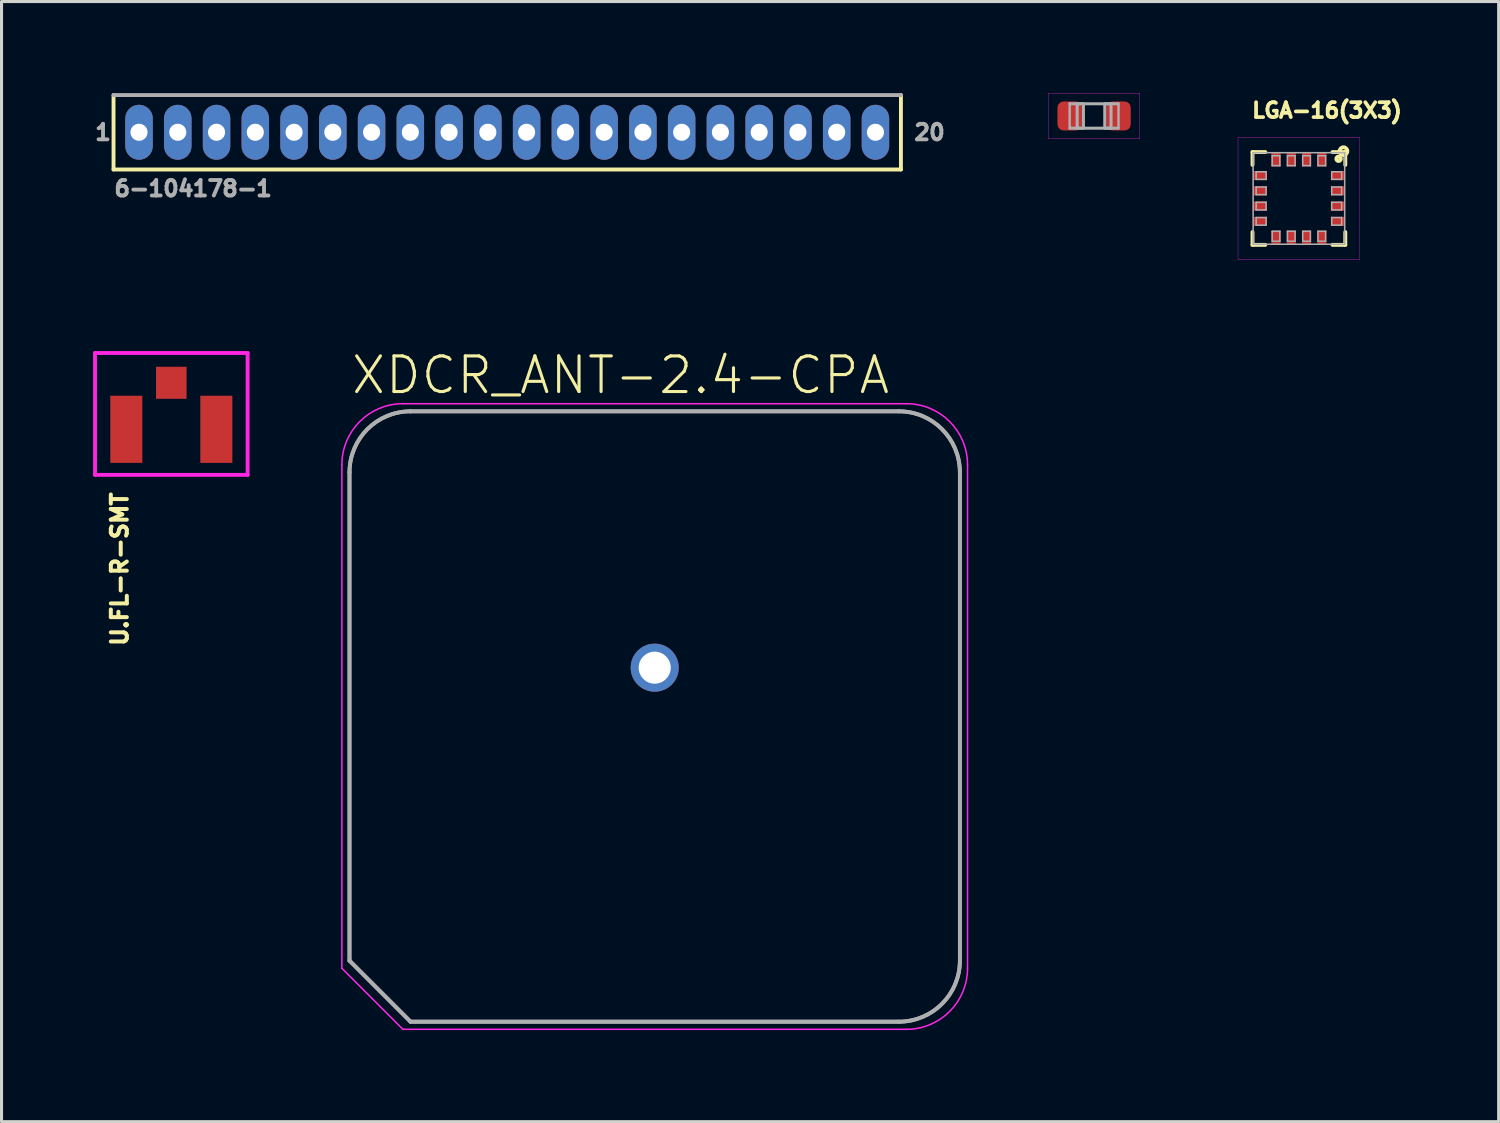
<source format=kicad_pcb>
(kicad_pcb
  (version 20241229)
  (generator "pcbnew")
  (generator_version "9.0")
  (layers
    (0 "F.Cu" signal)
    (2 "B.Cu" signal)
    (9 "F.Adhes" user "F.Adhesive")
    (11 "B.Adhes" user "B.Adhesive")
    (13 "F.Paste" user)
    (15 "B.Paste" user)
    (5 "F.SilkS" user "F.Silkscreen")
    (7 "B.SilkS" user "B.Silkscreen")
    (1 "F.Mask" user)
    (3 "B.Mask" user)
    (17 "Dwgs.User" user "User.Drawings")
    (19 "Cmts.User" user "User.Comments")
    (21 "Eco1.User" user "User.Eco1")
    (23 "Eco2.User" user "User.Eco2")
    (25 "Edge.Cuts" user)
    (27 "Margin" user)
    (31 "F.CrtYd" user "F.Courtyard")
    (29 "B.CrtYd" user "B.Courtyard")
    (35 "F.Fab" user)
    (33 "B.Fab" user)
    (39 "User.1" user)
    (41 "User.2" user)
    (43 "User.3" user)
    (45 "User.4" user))
  (footprint "LGA-16(3X3)"
    (layer "F.Cu")
    (at 39.51 3.453)
    (property "Reference" "LGA-16(3X3)" (at -1.6 -2.6 0) (layer "F.SilkS") (effects (font (size 0.488 0.488) (thickness 0.122)) (justify left bottom)))
    (fp_line (start -1.52 -1.52) (end -1.1 -1.52) (stroke (width 0.127) (type solid)) (layer "F.SilkS"))
    (fp_line (start -1.52 -1.1) (end -1.52 -1.52) (stroke (width 0.127) (type solid)) (layer "F.SilkS"))
    (fp_line (start -1.52 1.52) (end -1.52 1.1) (stroke (width 0.127) (type solid)) (layer "F.SilkS"))
    (fp_line (start -1.52 1.52) (end -1.1 1.52) (stroke (width 0.127) (type solid)) (layer "F.SilkS"))
    (fp_line (start 1.52 -1.52) (end 1.1 -1.52) (stroke (width 0.127) (type solid)) (layer "F.SilkS"))
    (fp_line (start 1.52 -1.52) (end 1.52 -1.1) (stroke (width 0.127) (type solid)) (layer "F.SilkS"))
    (fp_line (start 1.52 1.52) (end 1.1 1.52) (stroke (width 0.127) (type solid)) (layer "F.SilkS"))
    (fp_line (start 1.52 1.52) (end 1.52 1.1) (stroke (width 0.127) (type solid)) (layer "F.SilkS"))
    (fp_circle (center 1.3 -1.3) (end 1.31 -1.3) (stroke (width 0.127) (type solid)) (fill no) (layer "F.SilkS"))
    (fp_circle (center 1.46 -1.55) (end 1.523 -1.55) (stroke (width 0.127) (type solid)) (fill no) (layer "F.SilkS"))
    (fp_line (start -1.995 -1.995) (end -1.995 1.995) (stroke (width 0.01) (type solid)) (layer "F.CrtYd"))
    (fp_line (start -1.995 1.995) (end 1.995 1.995) (stroke (width 0.01) (type solid)) (layer "F.CrtYd"))
    (fp_line (start 1.995 -1.995) (end -1.995 -1.995) (stroke (width 0.01) (type solid)) (layer "F.CrtYd"))
    (fp_line (start 1.995 1.995) (end 1.995 -1.995) (stroke (width 0.01) (type solid)) (layer "F.CrtYd"))
    (fp_line (start -1.5 -1.5) (end -1.5 1.5) (stroke (width 0.05) (type solid)) (layer "F.Fab"))
    (fp_line (start -1.5 1.5) (end 1.5 1.5) (stroke (width 0.05) (type solid)) (layer "F.Fab"))
    (fp_line (start -1.4 -0.875) (end -1.4 -0.625) (stroke (width 0.05) (type solid)) (layer "F.Fab"))
    (fp_line (start -1.4 -0.625) (end -1.075 -0.625) (stroke (width 0.05) (type solid)) (layer "F.Fab"))
    (fp_line (start -1.4 -0.375) (end -1.4 -0.125) (stroke (width 0.05) (type solid)) (layer "F.Fab"))
    (fp_line (start -1.4 -0.125) (end -1.075 -0.125) (stroke (width 0.05) (type solid)) (layer "F.Fab"))
    (fp_line (start -1.4 0.125) (end -1.075 0.125) (stroke (width 0.05) (type solid)) (layer "F.Fab"))
    (fp_line (start -1.4 0.375) (end -1.4 0.125) (stroke (width 0.05) (type solid)) (layer "F.Fab"))
    (fp_line (start -1.4 0.625) (end -1.075 0.625) (stroke (width 0.05) (type solid)) (layer "F.Fab"))
    (fp_line (start -1.4 0.875) (end -1.4 0.625) (stroke (width 0.05) (type solid)) (layer "F.Fab"))
    (fp_line (start -1.075 -0.875) (end -1.4 -0.875) (stroke (width 0.05) (type solid)) (layer "F.Fab"))
    (fp_line (start -1.075 -0.625) (end -1.075 -0.875) (stroke (width 0.05) (type solid)) (layer "F.Fab"))
    (fp_line (start -1.075 -0.375) (end -1.4 -0.375) (stroke (width 0.05) (type solid)) (layer "F.Fab"))
    (fp_line (start -1.075 -0.125) (end -1.075 -0.375) (stroke (width 0.05) (type solid)) (layer "F.Fab"))
    (fp_line (start -1.075 0.125) (end -1.075 0.375) (stroke (width 0.05) (type solid)) (layer "F.Fab"))
    (fp_line (start -1.075 0.375) (end -1.4 0.375) (stroke (width 0.05) (type solid)) (layer "F.Fab"))
    (fp_line (start -1.075 0.625) (end -1.075 0.875) (stroke (width 0.05) (type solid)) (layer "F.Fab"))
    (fp_line (start -1.075 0.875) (end -1.4 0.875) (stroke (width 0.05) (type solid)) (layer "F.Fab"))
    (fp_line (start -0.875 -1.4) (end -0.625 -1.4) (stroke (width 0.05) (type solid)) (layer "F.Fab"))
    (fp_line (start -0.875 -1.075) (end -0.875 -1.4) (stroke (width 0.05) (type solid)) (layer "F.Fab"))
    (fp_line (start -0.875 1.075) (end -0.625 1.075) (stroke (width 0.05) (type solid)) (layer "F.Fab"))
    (fp_line (start -0.875 1.4) (end -0.875 1.075) (stroke (width 0.05) (type solid)) (layer "F.Fab"))
    (fp_line (start -0.625 -1.4) (end -0.625 -1.075) (stroke (width 0.05) (type solid)) (layer "F.Fab"))
    (fp_line (start -0.625 -1.075) (end -0.875 -1.075) (stroke (width 0.05) (type solid)) (layer "F.Fab"))
    (fp_line (start -0.625 1.075) (end -0.625 1.4) (stroke (width 0.05) (type solid)) (layer "F.Fab"))
    (fp_line (start -0.625 1.4) (end -0.875 1.4) (stroke (width 0.05) (type solid)) (layer "F.Fab"))
    (fp_line (start -0.375 -1.4) (end -0.125 -1.4) (stroke (width 0.05) (type solid)) (layer "F.Fab"))
    (fp_line (start -0.375 -1.075) (end -0.375 -1.4) (stroke (width 0.05) (type solid)) (layer "F.Fab"))
    (fp_line (start -0.375 1.075) (end -0.125 1.075) (stroke (width 0.05) (type solid)) (layer "F.Fab"))
    (fp_line (start -0.375 1.4) (end -0.375 1.075) (stroke (width 0.05) (type solid)) (layer "F.Fab"))
    (fp_line (start -0.125 -1.4) (end -0.125 -1.075) (stroke (width 0.05) (type solid)) (layer "F.Fab"))
    (fp_line (start -0.125 -1.075) (end -0.375 -1.075) (stroke (width 0.05) (type solid)) (layer "F.Fab"))
    (fp_line (start -0.125 1.075) (end -0.125 1.4) (stroke (width 0.05) (type solid)) (layer "F.Fab"))
    (fp_line (start -0.125 1.4) (end -0.375 1.4) (stroke (width 0.05) (type solid)) (layer "F.Fab"))
    (fp_line (start 0.125 -1.4) (end 0.375 -1.4) (stroke (width 0.05) (type solid)) (layer "F.Fab"))
    (fp_line (start 0.125 -1.075) (end 0.125 -1.4) (stroke (width 0.05) (type solid)) (layer "F.Fab"))
    (fp_line (start 0.125 1.075) (end 0.125 1.4) (stroke (width 0.05) (type solid)) (layer "F.Fab"))
    (fp_line (start 0.125 1.4) (end 0.375 1.4) (stroke (width 0.05) (type solid)) (layer "F.Fab"))
    (fp_line (start 0.375 -1.4) (end 0.375 -1.075) (stroke (width 0.05) (type solid)) (layer "F.Fab"))
    (fp_line (start 0.375 -1.075) (end 0.125 -1.075) (stroke (width 0.05) (type solid)) (layer "F.Fab"))
    (fp_line (start 0.375 1.075) (end 0.125 1.075) (stroke (width 0.05) (type solid)) (layer "F.Fab"))
    (fp_line (start 0.375 1.4) (end 0.375 1.075) (stroke (width 0.05) (type solid)) (layer "F.Fab"))
    (fp_line (start 0.625 -1.4) (end 0.875 -1.4) (stroke (width 0.05) (type solid)) (layer "F.Fab"))
    (fp_line (start 0.625 -1.075) (end 0.625 -1.4) (stroke (width 0.05) (type solid)) (layer "F.Fab"))
    (fp_line (start 0.625 1.075) (end 0.875 1.075) (stroke (width 0.05) (type solid)) (layer "F.Fab"))
    (fp_line (start 0.625 1.4) (end 0.625 1.075) (stroke (width 0.05) (type solid)) (layer "F.Fab"))
    (fp_line (start 0.875 -1.4) (end 0.875 -1.075) (stroke (width 0.05) (type solid)) (layer "F.Fab"))
    (fp_line (start 0.875 -1.075) (end 0.625 -1.075) (stroke (width 0.05) (type solid)) (layer "F.Fab"))
    (fp_line (start 0.875 1.075) (end 0.875 1.4) (stroke (width 0.05) (type solid)) (layer "F.Fab"))
    (fp_line (start 0.875 1.4) (end 0.625 1.4) (stroke (width 0.05) (type solid)) (layer "F.Fab"))
    (fp_line (start 1.075 -0.875) (end 1.4 -0.875) (stroke (width 0.05) (type solid)) (layer "F.Fab"))
    (fp_line (start 1.075 -0.625) (end 1.075 -0.875) (stroke (width 0.05) (type solid)) (layer "F.Fab"))
    (fp_line (start 1.075 -0.375) (end 1.4 -0.375) (stroke (width 0.05) (type solid)) (layer "F.Fab"))
    (fp_line (start 1.075 -0.125) (end 1.075 -0.375) (stroke (width 0.05) (type solid)) (layer "F.Fab"))
    (fp_line (start 1.075 0.125) (end 1.075 0.375) (stroke (width 0.05) (type solid)) (layer "F.Fab"))
    (fp_line (start 1.075 0.375) (end 1.4 0.375) (stroke (width 0.05) (type solid)) (layer "F.Fab"))
    (fp_line (start 1.075 0.625) (end 1.075 0.875) (stroke (width 0.05) (type solid)) (layer "F.Fab"))
    (fp_line (start 1.075 0.875) (end 1.4 0.875) (stroke (width 0.05) (type solid)) (layer "F.Fab"))
    (fp_line (start 1.4 -0.875) (end 1.4 -0.625) (stroke (width 0.05) (type solid)) (layer "F.Fab"))
    (fp_line (start 1.4 -0.625) (end 1.075 -0.625) (stroke (width 0.05) (type solid)) (layer "F.Fab"))
    (fp_line (start 1.4 -0.375) (end 1.4 -0.125) (stroke (width 0.05) (type solid)) (layer "F.Fab"))
    (fp_line (start 1.4 -0.125) (end 1.075 -0.125) (stroke (width 0.05) (type solid)) (layer "F.Fab"))
    (fp_line (start 1.4 0.125) (end 1.075 0.125) (stroke (width 0.05) (type solid)) (layer "F.Fab"))
    (fp_line (start 1.4 0.375) (end 1.4 0.125) (stroke (width 0.05) (type solid)) (layer "F.Fab"))
    (fp_line (start 1.4 0.625) (end 1.075 0.625) (stroke (width 0.05) (type solid)) (layer "F.Fab"))
    (fp_line (start 1.4 0.875) (end 1.4 0.625) (stroke (width 0.05) (type solid)) (layer "F.Fab"))
    (fp_line (start 1.5 -1.5) (end -1.5 -1.5) (stroke (width 0.05) (type solid)) (layer "F.Fab"))
    (fp_line (start 1.5 1.5) (end 1.5 -1.5) (stroke (width 0.05) (type solid)) (layer "F.Fab"))
    (pad "1" smd rect (at 0.75 -1.275) (size 0.3 0.45) (layers "F.Cu" "F.Mask" "F.Paste"))
    (pad "2" smd rect (at 0.25 -1.275) (size 0.3 0.45) (layers "F.Cu" "F.Mask" "F.Paste"))
    (pad "3" smd rect (at -0.25 -1.275) (size 0.3 0.45) (layers "F.Cu" "F.Mask" "F.Paste"))
    (pad "4" smd rect (at -0.75 -1.275) (size 0.3 0.45) (layers "F.Cu" "F.Mask" "F.Paste"))
    (pad "5" smd rect (at -1.275 -0.75 90) (size 0.3 0.45) (layers "F.Cu" "F.Mask" "F.Paste"))
    (pad "6" smd rect (at -1.275 -0.25 90) (size 0.3 0.45) (layers "F.Cu" "F.Mask" "F.Paste"))
    (pad "7" smd rect (at -1.275 0.25 90) (size 0.3 0.45) (layers "F.Cu" "F.Mask" "F.Paste"))
    (pad "8" smd rect (at -1.275 0.75 90) (size 0.3 0.45) (layers "F.Cu" "F.Mask" "F.Paste"))
    (pad "9" smd rect (at -0.75 1.275 180) (size 0.3 0.45) (layers "F.Cu" "F.Mask" "F.Paste"))
    (pad "10" smd rect (at -0.25 1.275 180) (size 0.3 0.45) (layers "F.Cu" "F.Mask" "F.Paste"))
    (pad "11" smd rect (at 0.25 1.275 180) (size 0.3 0.45) (layers "F.Cu" "F.Mask" "F.Paste"))
    (pad "12" smd rect (at 0.75 1.275 180) (size 0.3 0.45) (layers "F.Cu" "F.Mask" "F.Paste"))
    (pad "13" smd rect (at 1.275 0.75 270) (size 0.3 0.45) (layers "F.Cu" "F.Mask" "F.Paste"))
    (pad "14" smd rect (at 1.275 0.25 270) (size 0.3 0.45) (layers "F.Cu" "F.Mask" "F.Paste"))
    (pad "15" smd rect (at 1.275 -0.25 270) (size 0.3 0.45) (layers "F.Cu" "F.Mask" "F.Paste"))
    (pad "16" smd rect (at 1.275 -0.75 270) (size 0.3 0.45) (layers "F.Cu" "F.Mask" "F.Paste")))
  (footprint "6-104178-1"
    (layer "F.Cu")
    (at 13.57 1.284)
    (property "Reference" "6-104178-1" (at -12.94 2.14 0) (layer "F.Fab") (effects (font (size 0.508 0.508) (thickness 0.127)) (justify left bottom)))
    (fp_line (start -12.9 -1.22) (end -12.9 1.22) (stroke (width 0.127) (type solid)) (layer "F.SilkS"))
    (fp_line (start 12.9 1.22) (end -12.9 1.22) (stroke (width 0.127) (type solid)) (layer "F.SilkS"))
    (fp_line (start 12.9 1.22) (end 12.9 -1.22) (stroke (width 0.127) (type solid)) (layer "F.SilkS"))
    (fp_line (start 12.9 -1.22) (end -12.9 -1.22) (stroke (width 0.127) (type solid)) (layer "F.Fab"))
    (fp_text user "1" (at -13.57 0.3 0) (layer "F.Fab") (effects (font (size 0.508 0.508) (thickness 0.127)) (justify left bottom)))
    (fp_text user "20" (at 13.27 0.3 0) (layer "F.Fab") (effects (font (size 0.508 0.508) (thickness 0.127)) (justify left bottom)))
    (pad "1" thru_hole oval (at -12.065 0 90) (size 1.8 0.9) (drill 0.56) (layers "*.Cu" "*.Mask"))
    (pad "2" thru_hole oval (at -10.795 0 90) (size 1.8 0.9) (drill 0.56) (layers "*.Cu" "*.Mask"))
    (pad "3" thru_hole oval (at -9.525 0 90) (size 1.8 0.9) (drill 0.56) (layers "*.Cu" "*.Mask"))
    (pad "4" thru_hole oval (at -8.255 0 90) (size 1.8 0.9) (drill 0.56) (layers "*.Cu" "*.Mask"))
    (pad "5" thru_hole oval (at -6.985 0 90) (size 1.8 0.9) (drill 0.56) (layers "*.Cu" "*.Mask"))
    (pad "6" thru_hole oval (at -5.715 0 90) (size 1.8 0.9) (drill 0.56) (layers "*.Cu" "*.Mask"))
    (pad "7" thru_hole oval (at -4.445 0 90) (size 1.8 0.9) (drill 0.56) (layers "*.Cu" "*.Mask"))
    (pad "8" thru_hole oval (at -3.175 0 90) (size 1.8 0.9) (drill 0.56) (layers "*.Cu" "*.Mask"))
    (pad "9" thru_hole oval (at -1.905 0 90) (size 1.8 0.9) (drill 0.56) (layers "*.Cu" "*.Mask"))
    (pad "10" thru_hole oval (at -0.635 0 90) (size 1.8 0.9) (drill 0.56) (layers "*.Cu" "*.Mask"))
    (pad "11" thru_hole oval (at 0.635 0 90) (size 1.8 0.9) (drill 0.56) (layers "*.Cu" "*.Mask"))
    (pad "12" thru_hole oval (at 1.905 0 90) (size 1.8 0.9) (drill 0.56) (layers "*.Cu" "*.Mask"))
    (pad "13" thru_hole oval (at 3.175 0 90) (size 1.8 0.9) (drill 0.56) (layers "*.Cu" "*.Mask"))
    (pad "14" thru_hole oval (at 4.445 0 90) (size 1.8 0.9) (drill 0.56) (layers "*.Cu" "*.Mask"))
    (pad "15" thru_hole oval (at 5.715 0 90) (size 1.8 0.9) (drill 0.56) (layers "*.Cu" "*.Mask"))
    (pad "16" thru_hole oval (at 6.985 0 90) (size 1.8 0.9) (drill 0.56) (layers "*.Cu" "*.Mask"))
    (pad "17" thru_hole oval (at 8.255 0 90) (size 1.8 0.9) (drill 0.56) (layers "*.Cu" "*.Mask"))
    (pad "18" thru_hole oval (at 9.525 0 90) (size 1.8 0.9) (drill 0.56) (layers "*.Cu" "*.Mask"))
    (pad "19" thru_hole oval (at 10.795 0 90) (size 1.8 0.9) (drill 0.56) (layers "*.Cu" "*.Mask"))
    (pad "20" thru_hole oval (at 12.065 0 90) (size 1.8 0.9) (drill 0.56) (layers "*.Cu" "*.Mask")))
  (footprint "XDCR_ANT-2.4-CPA"
    (layer "F.Cu")
    (at 18.402 20.427)
    (property "Reference" "XDCR_ANT-2.4-CPA" (at -10 -10.5 0) (layer "F.SilkS") (effects (font (size 1.168 1.168) (thickness 0.102)) (justify left bottom)))
    (fp_line (start -10.25 8.25) (end -10.25 -8.25) (stroke (width 0.05) (type solid)) (layer "F.CrtYd"))
    (fp_line (start -8.25 -10.25) (end 8.25 -10.25) (stroke (width 0.05) (type solid)) (layer "F.CrtYd"))
    (fp_line (start -8.25 10.25) (end -10.25 8.25) (stroke (width 0.05) (type solid)) (layer "F.CrtYd"))
    (fp_line (start 8.25 10.25) (end -8.25 10.25) (stroke (width 0.05) (type solid)) (layer "F.CrtYd"))
    (fp_line (start 10.25 -8.25) (end 10.25 8.25) (stroke (width 0.05) (type solid)) (layer "F.CrtYd"))
    (fp_arc (start -10.25 -8.25) (mid -9.664214 -9.664214) (end -8.25 -10.25) (stroke (width 0.05) (type solid)) (layer "F.CrtYd"))
    (fp_arc (start 8.25 -10.25) (mid 9.664214 -9.664214) (end 10.25 -8.25) (stroke (width 0.05) (type solid)) (layer "F.CrtYd"))
    (fp_arc (start 10.25 8.25) (mid 9.664214 9.664214) (end 8.25 10.25) (stroke (width 0.05) (type solid)) (layer "F.CrtYd"))
    (fp_line (start -10 8) (end -10 -8) (stroke (width 0.127) (type solid)) (layer "F.Fab"))
    (fp_line (start -10 8) (end -10 -8) (stroke (width 0.127) (type solid)) (layer "F.Fab"))
    (fp_line (start -8 -10) (end 8 -10) (stroke (width 0.127) (type solid)) (layer "F.Fab"))
    (fp_line (start -8 -10) (end 8 -10) (stroke (width 0.127) (type solid)) (layer "F.Fab"))
    (fp_line (start -8 10) (end -10 8) (stroke (width 0.127) (type solid)) (layer "F.Fab"))
    (fp_line (start -8 10) (end -10 8) (stroke (width 0.127) (type solid)) (layer "F.Fab"))
    (fp_line (start 8 10) (end -8 10) (stroke (width 0.127) (type solid)) (layer "F.Fab"))
    (fp_line (start 8 10) (end -8 10) (stroke (width 0.127) (type solid)) (layer "F.Fab"))
    (fp_line (start 10 -8) (end 10 8) (stroke (width 0.127) (type solid)) (layer "F.Fab"))
    (fp_line (start 10 -8) (end 10 8) (stroke (width 0.127) (type solid)) (layer "F.Fab"))
    (fp_arc (start -10 -8) (mid -9.414214 -9.414214) (end -8 -10) (stroke (width 0.127) (type solid)) (layer "F.Fab"))
    (fp_arc (start -10 -8) (mid -9.414214 -9.414214) (end -8 -10) (stroke (width 0.127) (type solid)) (layer "F.Fab"))
    (fp_arc (start 8 -10) (mid 9.414214 -9.414214) (end 10 -8) (stroke (width 0.127) (type solid)) (layer "F.Fab"))
    (fp_arc (start 8 -10) (mid 9.414214 -9.414214) (end 10 -8) (stroke (width 0.127) (type solid)) (layer "F.Fab"))
    (fp_arc (start 10 8) (mid 9.414214 9.414214) (end 8 10) (stroke (width 0.127) (type solid)) (layer "F.Fab"))
    (fp_arc (start 10 8) (mid 9.414214 9.414214) (end 8 10) (stroke (width 0.127) (type solid)) (layer "F.Fab"))
    (pad "1" thru_hole circle (at 0 -1.6) (size 1.575 1.575) (drill 1.05) (layers "*.Cu" "*.Mask")))
  (footprint ".0603-B-NOSILK"
    (layer "F.Cu")
    (at 32.799 0.75)
    (property "Reference" ".0603-B-NOSILK" (at 0 0 0) (layer "F.Mask") (effects (font (size 0.255 0.255) (thickness 0.045))))
    (fp_line (start -0.8 0.41) (end -0.8 -0.41) (stroke (width 0.08) (type solid)) (layer "F.Mask"))
    (fp_line (start -0.79 -0.4) (end 0.79 -0.4) (stroke (width 0.1) (type solid)) (layer "F.Mask"))
    (fp_line (start 0.79 0.4) (end -0.79 0.4) (stroke (width 0.1) (type solid)) (layer "F.Mask"))
    (fp_line (start 0.8 -0.41) (end 0.8 0.41) (stroke (width 0.08) (type solid)) (layer "F.Mask"))
    (fp_poly (pts (xy -0.34 0.54) (xy -1.26 0.54) (xy -1.26 -0.54) (xy -0.34 -0.54)) (stroke (width 0) (type solid)) (fill yes) (layer "F.Mask"))
    (fp_poly (pts (xy 1.26 0.54) (xy 0.34 0.54) (xy 0.34 -0.54) (xy 1.26 -0.54)) (stroke (width 0) (type solid)) (fill yes) (layer "F.Mask"))
    (fp_line (start -1.495 -0.745) (end -1.495 0.745) (stroke (width 0.01) (type solid)) (layer "F.CrtYd"))
    (fp_line (start -1.495 0.745) (end 1.495 0.745) (stroke (width 0.01) (type solid)) (layer "F.CrtYd"))
    (fp_line (start 1.495 -0.745) (end -1.495 -0.745) (stroke (width 0.01) (type solid)) (layer "F.CrtYd"))
    (fp_line (start 1.495 0.745) (end 1.495 -0.745) (stroke (width 0.01) (type solid)) (layer "F.CrtYd"))
    (fp_line (start -0.8 0.41) (end -0.8 -0.41) (stroke (width 0.08) (type solid)) (layer "F.Fab"))
    (fp_line (start -0.79 -0.4) (end 0.79 -0.4) (stroke (width 0.1) (type solid)) (layer "F.Fab"))
    (fp_line (start 0.79 0.4) (end -0.79 0.4) (stroke (width 0.1) (type solid)) (layer "F.Fab"))
    (fp_line (start 0.8 -0.41) (end 0.8 0.41) (stroke (width 0.08) (type solid)) (layer "F.Fab"))
    (fp_poly (pts (xy -0.555 0.4) (xy -0.35 0.4) (xy -0.35 -0.4) (xy -0.555 -0.4)) (stroke (width 0.1) (type solid)) (fill no) (layer "F.Fab"))
    (fp_poly (pts (xy 0.35 0.4) (xy 0.555 0.4) (xy 0.555 -0.4) (xy 0.35 -0.4)) (stroke (width 0.1) (type solid)) (fill no) (layer "F.Fab"))
    (pad "1" smd roundrect (at -0.8 0) (size 0.8 0.95) (layers "F.Cu" "F.Paste") (roundrect_rratio 0.25))
    (pad "2" smd roundrect (at 0.8 0) (size 0.8 0.95) (layers "F.Cu" "F.Paste") (roundrect_rratio 0.25)))
  (footprint "U.FL-R-SMT"
    (layer "F.Cu")
    (at 2.563 11.017)
    (property "Reference" "U.FL-R-SMT" (at -2 2 90) (layer "F.SilkS") (effects (font (size 0.524 0.524) (thickness 0.131)) (justify right top)))
    (fp_poly (pts (xy -2.07 1.17) (xy -0.88 1.17) (xy -0.88 -1.17) (xy -2.07 -1.17)) (stroke (width 0) (type solid)) (fill yes) (layer "F.Mask"))
    (fp_poly (pts (xy -0.57 -0.93) (xy 0.57 -0.93) (xy 0.57 -2.12) (xy -0.57 -2.12)) (stroke (width 0) (type solid)) (fill yes) (layer "F.Mask"))
    (fp_poly (pts (xy 0.87 1.17) (xy 2.07 1.17) (xy 2.07 -1.17) (xy 0.87 -1.17)) (stroke (width 0) (type solid)) (fill yes) (layer "F.Mask"))
    (fp_poly (pts (xy -2 1.1) (xy -0.95 1.1) (xy -0.95 -1.1) (xy -2 -1.1)) (stroke (width 0) (type solid)) (fill yes) (layer "F.Paste"))
    (fp_poly (pts (xy -0.5 -1) (xy 0.5 -1) (xy 0.5 -2.05) (xy -0.5 -2.05)) (stroke (width 0) (type solid)) (fill yes) (layer "F.Paste"))
    (fp_poly (pts (xy 0.95 1.1) (xy 2 1.1) (xy 2 -1.1) (xy 0.95 -1.1)) (stroke (width 0) (type solid)) (fill yes) (layer "F.Paste"))
    (fp_line (start -2.5 -2.5) (end -2.5 1.492) (stroke (width 0.127) (type solid)) (layer "F.CrtYd"))
    (fp_line (start -2.5 1.492) (end 2.5 1.492) (stroke (width 0.127) (type solid)) (layer "F.CrtYd"))
    (fp_line (start 2.5 -2.5) (end -2.5 -2.5) (stroke (width 0.127) (type solid)) (layer "F.CrtYd"))
    (fp_line (start 2.5 1.492) (end 2.5 -2.5) (stroke (width 0.127) (type solid)) (layer "F.CrtYd"))
    (pad "1" smd rect (at 0 -1.525 180) (size 1 1.05) (layers "F.Cu"))
    (pad "2" smd rect (at -1.475 0 270) (size 2.2 1.05) (layers "F.Cu"))
    (pad "3" smd rect (at 1.475 0 270) (size 2.2 1.05) (layers "F.Cu")))
  (gr_rect
    (start -3 -3)
    (end 46.055 33.702)
    (stroke (width 0.1) (type default))
    (fill no)
    (layer "Edge.Cuts")))
</source>
